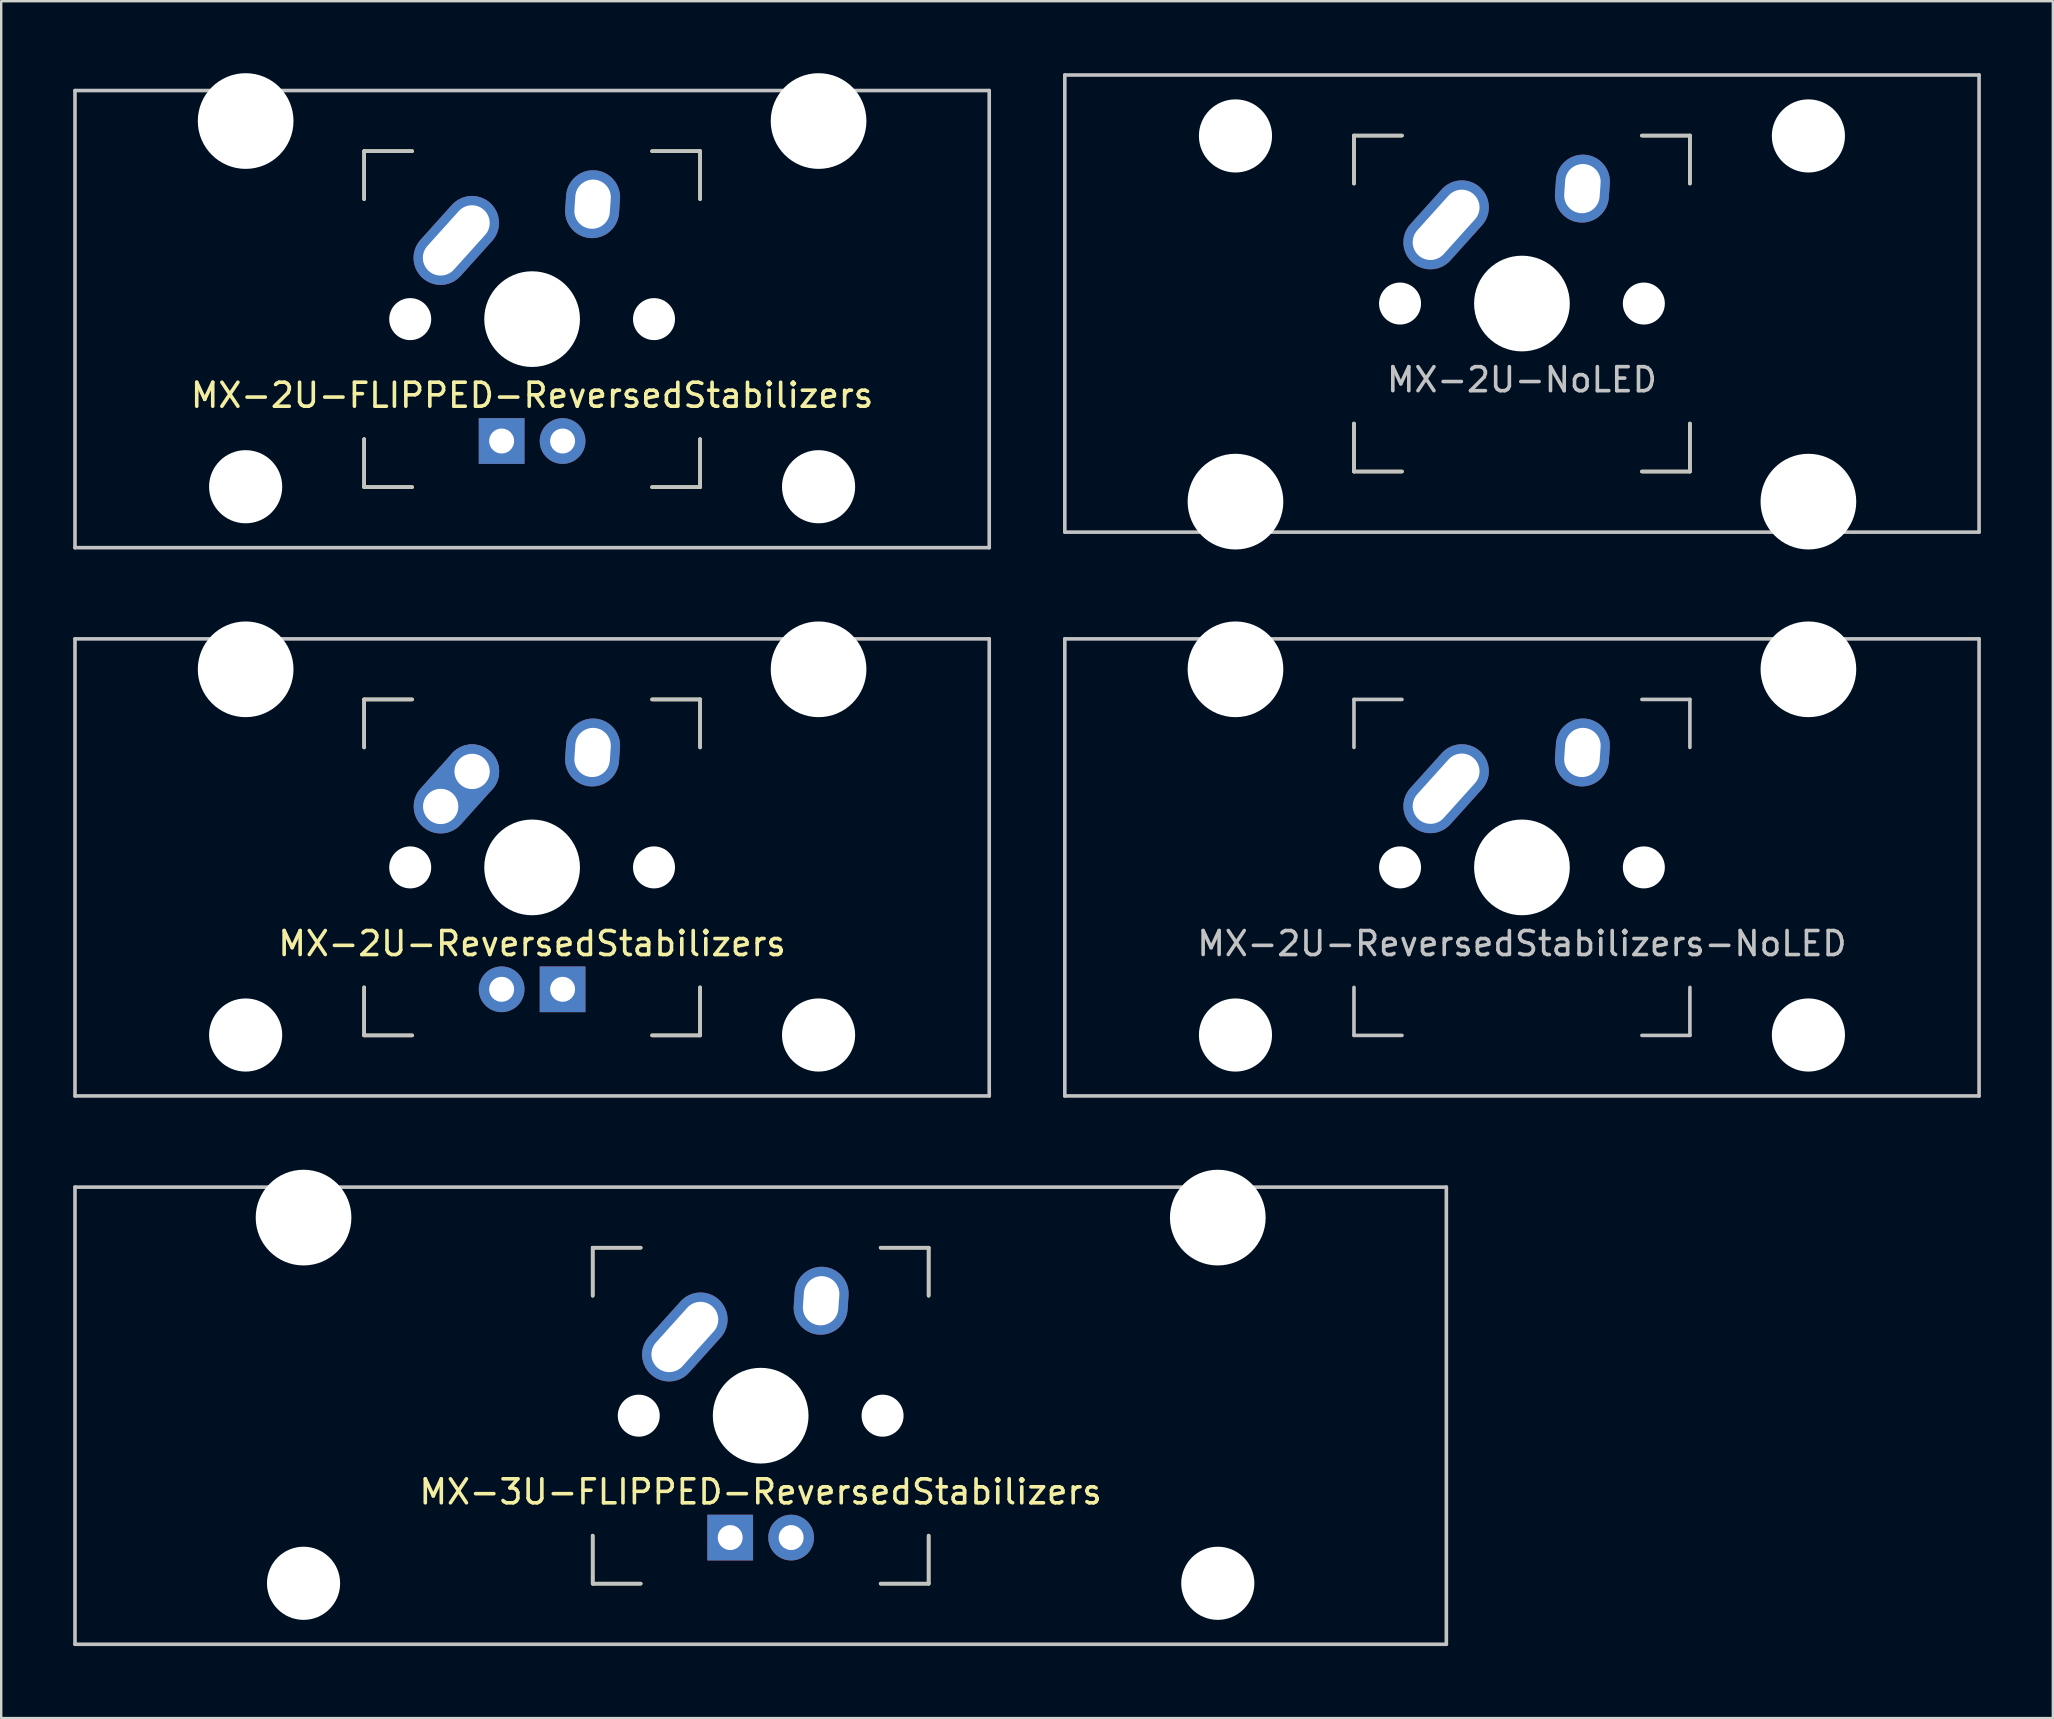
<source format=kicad_pcb>
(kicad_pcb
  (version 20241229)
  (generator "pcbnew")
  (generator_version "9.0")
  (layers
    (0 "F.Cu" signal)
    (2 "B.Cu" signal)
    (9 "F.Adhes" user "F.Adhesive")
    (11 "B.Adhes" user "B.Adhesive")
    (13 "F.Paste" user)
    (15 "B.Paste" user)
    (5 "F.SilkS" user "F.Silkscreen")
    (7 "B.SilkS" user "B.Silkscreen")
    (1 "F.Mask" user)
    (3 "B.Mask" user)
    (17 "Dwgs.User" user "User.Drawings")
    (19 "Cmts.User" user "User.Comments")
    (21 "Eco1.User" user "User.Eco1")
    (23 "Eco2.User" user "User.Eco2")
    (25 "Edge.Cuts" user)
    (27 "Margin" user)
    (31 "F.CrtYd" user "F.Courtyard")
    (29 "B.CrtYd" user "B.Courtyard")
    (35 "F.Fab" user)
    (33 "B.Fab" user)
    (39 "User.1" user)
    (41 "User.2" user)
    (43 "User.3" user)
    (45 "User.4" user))
  (footprint "MX-2U-FLIPPED-ReversedStabilizers"
    (layer "F.Cu")
    (at 19.125 10.249)
    (property "Reference" "MX-2U-FLIPPED-ReversedStabilizers" (at 0 3.175 0) (layer "F.SilkS") (effects (font (size 1 1) (thickness 0.15))))
    (attr through_hole)
    (fp_line (start -7 -7) (end -7 -5) (stroke (width 0.15) (type solid)) (layer "F.SilkS"))
    (fp_line (start -7 5) (end -7 7) (stroke (width 0.15) (type solid)) (layer "F.SilkS"))
    (fp_line (start -7 7) (end -5 7) (stroke (width 0.15) (type solid)) (layer "F.SilkS"))
    (fp_line (start -5 -7) (end -7 -7) (stroke (width 0.15) (type solid)) (layer "F.SilkS"))
    (fp_line (start 5 -7) (end 7 -7) (stroke (width 0.15) (type solid)) (layer "F.SilkS"))
    (fp_line (start 5 7) (end 7 7) (stroke (width 0.15) (type solid)) (layer "F.SilkS"))
    (fp_line (start 7 -7) (end 7 -5) (stroke (width 0.15) (type solid)) (layer "F.SilkS"))
    (fp_line (start 7 7) (end 7 5) (stroke (width 0.15) (type solid)) (layer "F.SilkS"))
    (fp_line (start -19.05 -9.525) (end 19.05 -9.525) (stroke (width 0.15) (type solid)) (layer "Dwgs.User"))
    (fp_line (start -19.05 9.525) (end -19.05 -9.525) (stroke (width 0.15) (type solid)) (layer "Dwgs.User"))
    (fp_line (start -19.05 9.525) (end 19.05 9.525) (stroke (width 0.15) (type solid)) (layer "Dwgs.User"))
    (fp_line (start -7 -7) (end -7 -5) (stroke (width 0.15) (type solid)) (layer "Dwgs.User"))
    (fp_line (start -7 5) (end -7 7) (stroke (width 0.15) (type solid)) (layer "Dwgs.User"))
    (fp_line (start -7 7) (end -5 7) (stroke (width 0.15) (type solid)) (layer "Dwgs.User"))
    (fp_line (start -5 -7) (end -7 -7) (stroke (width 0.15) (type solid)) (layer "Dwgs.User"))
    (fp_line (start 5 -7) (end 7 -7) (stroke (width 0.15) (type solid)) (layer "Dwgs.User"))
    (fp_line (start 5 7) (end 7 7) (stroke (width 0.15) (type solid)) (layer "Dwgs.User"))
    (fp_line (start 7 -7) (end 7 -5) (stroke (width 0.15) (type solid)) (layer "Dwgs.User"))
    (fp_line (start 7 7) (end 7 5) (stroke (width 0.15) (type solid)) (layer "Dwgs.User"))
    (fp_line (start 19.05 -9.525) (end 19.05 9.525) (stroke (width 0.15) (type solid)) (layer "Dwgs.User"))
    (pad "" np_thru_hole circle (at -11.938 -8.255) (size 3.988 3.988) (drill 3.988) (layers "*.Cu" "*.Mask"))
    (pad "" np_thru_hole circle (at -11.938 6.985) (size 3.048 3.048) (drill 3.048) (layers "*.Cu" "*.Mask"))
    (pad "" np_thru_hole circle (at -5.08 0 48.1) (size 1.75 1.75) (drill 1.75) (layers "*.Cu" "*.Mask"))
    (pad "" np_thru_hole circle (at 0 0) (size 3.988 3.988) (drill 3.988) (layers "*.Cu" "*.Mask"))
    (pad "" np_thru_hole circle (at 5.08 0 48.1) (size 1.75 1.75) (drill 1.75) (layers "*.Cu" "*.Mask"))
    (pad "" np_thru_hole circle (at 11.938 -8.255) (size 3.988 3.988) (drill 3.988) (layers "*.Cu" "*.Mask"))
    (pad "" np_thru_hole circle (at 11.938 6.985) (size 3.048 3.048) (drill 3.048) (layers "*.Cu" "*.Mask"))
    (pad "1" thru_hole oval (at -3.16 -3.28 48) (size 4.21 2.25) (drill oval 3.43 1.48) (layers "*.Cu" "*.Mask"))
    (pad "2" thru_hole oval (at 2.52 -4.79 86) (size 2.831 2.25) (drill oval 2.051 1.48) (layers "*.Cu" "*.Mask"))
    (pad "3" thru_hole circle (at 1.27 5.08) (size 1.905 1.905) (drill 1.04) (layers "*.Cu" "*.Mask"))
    (pad "4" thru_hole rect (at -1.27 5.08) (size 1.905 1.905) (drill 1.04) (layers "*.Cu" "*.Mask")))
  (footprint "MX-3U-FLIPPED-ReversedStabilizers"
    (layer "F.Cu")
    (at 28.65 55.947)
    (property "Reference" "MX-3U-FLIPPED-ReversedStabilizers" (at 0 3.175 0) (layer "F.SilkS") (effects (font (size 1 1) (thickness 0.15))))
    (attr through_hole)
    (fp_line (start -7 -7) (end -7 -5) (stroke (width 0.15) (type solid)) (layer "F.SilkS"))
    (fp_line (start -7 5) (end -7 7) (stroke (width 0.15) (type solid)) (layer "F.SilkS"))
    (fp_line (start -7 7) (end -5 7) (stroke (width 0.15) (type solid)) (layer "F.SilkS"))
    (fp_line (start -5 -7) (end -7 -7) (stroke (width 0.15) (type solid)) (layer "F.SilkS"))
    (fp_line (start 5 -7) (end 7 -7) (stroke (width 0.15) (type solid)) (layer "F.SilkS"))
    (fp_line (start 5 7) (end 7 7) (stroke (width 0.15) (type solid)) (layer "F.SilkS"))
    (fp_line (start 7 -7) (end 7 -5) (stroke (width 0.15) (type solid)) (layer "F.SilkS"))
    (fp_line (start 7 7) (end 7 5) (stroke (width 0.15) (type solid)) (layer "F.SilkS"))
    (fp_line (start -28.575 -9.525) (end 28.575 -9.525) (stroke (width 0.15) (type solid)) (layer "Dwgs.User"))
    (fp_line (start -28.575 9.525) (end -28.575 -9.525) (stroke (width 0.15) (type solid)) (layer "Dwgs.User"))
    (fp_line (start -28.575 9.525) (end 28.575 9.525) (stroke (width 0.15) (type solid)) (layer "Dwgs.User"))
    (fp_line (start -7 -7) (end -7 -5) (stroke (width 0.15) (type solid)) (layer "Dwgs.User"))
    (fp_line (start -7 5) (end -7 7) (stroke (width 0.15) (type solid)) (layer "Dwgs.User"))
    (fp_line (start -7 7) (end -5 7) (stroke (width 0.15) (type solid)) (layer "Dwgs.User"))
    (fp_line (start -5 -7) (end -7 -7) (stroke (width 0.15) (type solid)) (layer "Dwgs.User"))
    (fp_line (start 5 -7) (end 7 -7) (stroke (width 0.15) (type solid)) (layer "Dwgs.User"))
    (fp_line (start 5 7) (end 7 7) (stroke (width 0.15) (type solid)) (layer "Dwgs.User"))
    (fp_line (start 7 -7) (end 7 -5) (stroke (width 0.15) (type solid)) (layer "Dwgs.User"))
    (fp_line (start 7 7) (end 7 5) (stroke (width 0.15) (type solid)) (layer "Dwgs.User"))
    (fp_line (start 28.575 -9.525) (end 28.575 9.525) (stroke (width 0.15) (type solid)) (layer "Dwgs.User"))
    (pad "" np_thru_hole circle (at -19.05 -8.255) (size 3.988 3.988) (drill 3.988) (layers "*.Cu" "*.Mask"))
    (pad "" np_thru_hole circle (at -19.05 6.985) (size 3.048 3.048) (drill 3.048) (layers "*.Cu" "*.Mask"))
    (pad "" np_thru_hole circle (at -5.08 0 48.1) (size 1.75 1.75) (drill 1.75) (layers "*.Cu" "*.Mask"))
    (pad "" np_thru_hole circle (at 0 0) (size 3.988 3.988) (drill 3.988) (layers "*.Cu" "*.Mask"))
    (pad "" np_thru_hole circle (at 5.08 0 48.1) (size 1.75 1.75) (drill 1.75) (layers "*.Cu" "*.Mask"))
    (pad "" np_thru_hole circle (at 19.05 -8.255) (size 3.988 3.988) (drill 3.988) (layers "*.Cu" "*.Mask"))
    (pad "" np_thru_hole circle (at 19.05 6.985) (size 3.048 3.048) (drill 3.048) (layers "*.Cu" "*.Mask"))
    (pad "1" thru_hole oval (at -3.16 -3.28 48) (size 4.21 2.25) (drill oval 3.43 1.48) (layers "*.Cu" "*.Mask"))
    (pad "2" thru_hole oval (at 2.52 -4.79 86) (size 2.831 2.25) (drill oval 2.051 1.48) (layers "*.Cu" "*.Mask"))
    (pad "3" thru_hole circle (at 1.27 5.08) (size 1.905 1.905) (drill 1.04) (layers "*.Cu" "*.Mask"))
    (pad "4" thru_hole rect (at -1.27 5.08) (size 1.905 1.905) (drill 1.04) (layers "*.Cu" "*.Mask")))
  (footprint "MX-2U-NoLED"
    (layer "F.Cu")
    (at 60.375 9.6)
    (property "Reference" "MX-2U-NoLED" (at 0 3.175 0) (layer "Dwgs.User") (effects (font (size 1 1) (thickness 0.15))))
    (attr through_hole)
    (fp_line (start -7 -7) (end -7 -5) (stroke (width 0.15) (type solid)) (layer "F.SilkS"))
    (fp_line (start -7 5) (end -7 7) (stroke (width 0.15) (type solid)) (layer "F.SilkS"))
    (fp_line (start -7 7) (end -5 7) (stroke (width 0.15) (type solid)) (layer "F.SilkS"))
    (fp_line (start -5 -7) (end -7 -7) (stroke (width 0.15) (type solid)) (layer "F.SilkS"))
    (fp_line (start 5 -7) (end 7 -7) (stroke (width 0.15) (type solid)) (layer "F.SilkS"))
    (fp_line (start 5 7) (end 7 7) (stroke (width 0.15) (type solid)) (layer "F.SilkS"))
    (fp_line (start 7 -7) (end 7 -5) (stroke (width 0.15) (type solid)) (layer "F.SilkS"))
    (fp_line (start 7 7) (end 7 5) (stroke (width 0.15) (type solid)) (layer "F.SilkS"))
    (fp_line (start -19.05 -9.525) (end 19.05 -9.525) (stroke (width 0.15) (type solid)) (layer "Dwgs.User"))
    (fp_line (start -19.05 9.525) (end -19.05 -9.525) (stroke (width 0.15) (type solid)) (layer "Dwgs.User"))
    (fp_line (start -19.05 9.525) (end 19.05 9.525) (stroke (width 0.15) (type solid)) (layer "Dwgs.User"))
    (fp_line (start -7 -7) (end -7 -5) (stroke (width 0.15) (type solid)) (layer "Dwgs.User"))
    (fp_line (start -7 5) (end -7 7) (stroke (width 0.15) (type solid)) (layer "Dwgs.User"))
    (fp_line (start -7 7) (end -5 7) (stroke (width 0.15) (type solid)) (layer "Dwgs.User"))
    (fp_line (start -5 -7) (end -7 -7) (stroke (width 0.15) (type solid)) (layer "Dwgs.User"))
    (fp_line (start 5 -7) (end 7 -7) (stroke (width 0.15) (type solid)) (layer "Dwgs.User"))
    (fp_line (start 5 7) (end 7 7) (stroke (width 0.15) (type solid)) (layer "Dwgs.User"))
    (fp_line (start 7 -7) (end 7 -5) (stroke (width 0.15) (type solid)) (layer "Dwgs.User"))
    (fp_line (start 7 7) (end 7 5) (stroke (width 0.15) (type solid)) (layer "Dwgs.User"))
    (fp_line (start 19.05 -9.525) (end 19.05 9.525) (stroke (width 0.15) (type solid)) (layer "Dwgs.User"))
    (pad "" np_thru_hole circle (at -11.938 -6.985) (size 3.048 3.048) (drill 3.048) (layers "*.Cu" "*.Mask"))
    (pad "" np_thru_hole circle (at -11.938 8.255) (size 3.988 3.988) (drill 3.988) (layers "*.Cu" "*.Mask"))
    (pad "" np_thru_hole circle (at -5.08 0 48.1) (size 1.75 1.75) (drill 1.75) (layers "*.Cu" "*.Mask"))
    (pad "" np_thru_hole circle (at 0 0) (size 3.988 3.988) (drill 3.988) (layers "*.Cu" "*.Mask"))
    (pad "" np_thru_hole circle (at 5.08 0 48.1) (size 1.75 1.75) (drill 1.75) (layers "*.Cu" "*.Mask"))
    (pad "" np_thru_hole circle (at 11.938 -6.985) (size 3.048 3.048) (drill 3.048) (layers "*.Cu" "*.Mask"))
    (pad "" np_thru_hole circle (at 11.938 8.255) (size 3.988 3.988) (drill 3.988) (layers "*.Cu" "*.Mask"))
    (pad "1" thru_hole oval (at -3.16 -3.28 48) (size 4.21 2.25) (drill oval 3.43 1.48) (layers "*.Cu" "B.Mask"))
    (pad "2" thru_hole oval (at 2.52 -4.79 86) (size 2.831 2.25) (drill oval 2.051 1.48) (layers "*.Cu" "B.Mask")))
  (footprint "MX-2U-ReversedStabilizers-NoLED"
    (layer "F.Cu")
    (at 60.375 33.098)
    (property "Reference" "MX-2U-ReversedStabilizers-NoLED" (at 0 3.175 0) (layer "Dwgs.User") (effects (font (size 1 1) (thickness 0.15))))
    (attr through_hole)
    (fp_line (start -19.05 -9.525) (end 19.05 -9.525) (stroke (width 0.15) (type solid)) (layer "Dwgs.User"))
    (fp_line (start -19.05 9.525) (end -19.05 -9.525) (stroke (width 0.15) (type solid)) (layer "Dwgs.User"))
    (fp_line (start -19.05 9.525) (end 19.05 9.525) (stroke (width 0.15) (type solid)) (layer "Dwgs.User"))
    (fp_line (start -7 -7) (end -7 -5) (stroke (width 0.15) (type solid)) (layer "Dwgs.User"))
    (fp_line (start -7 5) (end -7 7) (stroke (width 0.15) (type solid)) (layer "Dwgs.User"))
    (fp_line (start -7 7) (end -5 7) (stroke (width 0.15) (type solid)) (layer "Dwgs.User"))
    (fp_line (start -5 -7) (end -7 -7) (stroke (width 0.15) (type solid)) (layer "Dwgs.User"))
    (fp_line (start 5 -7) (end 7 -7) (stroke (width 0.15) (type solid)) (layer "Dwgs.User"))
    (fp_line (start 5 7) (end 7 7) (stroke (width 0.15) (type solid)) (layer "Dwgs.User"))
    (fp_line (start 7 -7) (end 7 -5) (stroke (width 0.15) (type solid)) (layer "Dwgs.User"))
    (fp_line (start 7 7) (end 7 5) (stroke (width 0.15) (type solid)) (layer "Dwgs.User"))
    (fp_line (start 19.05 -9.525) (end 19.05 9.525) (stroke (width 0.15) (type solid)) (layer "Dwgs.User"))
    (pad "" np_thru_hole circle (at -11.938 -8.255) (size 3.988 3.988) (drill 3.988) (layers "*.Cu" "*.Mask"))
    (pad "" np_thru_hole circle (at -11.938 6.985) (size 3.048 3.048) (drill 3.048) (layers "*.Cu" "*.Mask"))
    (pad "" np_thru_hole circle (at -5.08 0 48.1) (size 1.75 1.75) (drill 1.75) (layers "*.Cu" "*.Mask"))
    (pad "" np_thru_hole circle (at 0 0) (size 3.988 3.988) (drill 3.988) (layers "*.Cu" "*.Mask"))
    (pad "" np_thru_hole circle (at 5.08 0 48.1) (size 1.75 1.75) (drill 1.75) (layers "*.Cu" "*.Mask"))
    (pad "" np_thru_hole circle (at 11.938 -8.255) (size 3.988 3.988) (drill 3.988) (layers "*.Cu" "*.Mask"))
    (pad "" np_thru_hole circle (at 11.938 6.985) (size 3.048 3.048) (drill 3.048) (layers "*.Cu" "*.Mask"))
    (pad "1" thru_hole oval (at -3.16 -3.28 48) (size 4.21 2.25) (drill oval 3.43 1.48) (layers "*.Cu" "B.Mask"))
    (pad "2" thru_hole oval (at 2.52 -4.79 86) (size 2.831 2.25) (drill oval 2.051 1.48) (layers "*.Cu" "B.Mask")))
  (footprint "MX-2U-ReversedStabilizers"
    (layer "F.Cu")
    (at 19.125 33.098)
    (property "Reference" "MX-2U-ReversedStabilizers" (at 0 3.175 0) (layer "F.SilkS") (effects (font (size 1 1) (thickness 0.15))))
    (attr through_hole)
    (fp_line (start -7 -7) (end -7 -5) (stroke (width 0.15) (type solid)) (layer "F.SilkS"))
    (fp_line (start -7 5) (end -7 7) (stroke (width 0.15) (type solid)) (layer "F.SilkS"))
    (fp_line (start -7 7) (end -5 7) (stroke (width 0.15) (type solid)) (layer "F.SilkS"))
    (fp_line (start -5 -7) (end -7 -7) (stroke (width 0.15) (type solid)) (layer "F.SilkS"))
    (fp_line (start 5 -7) (end 7 -7) (stroke (width 0.15) (type solid)) (layer "F.SilkS"))
    (fp_line (start 5 7) (end 7 7) (stroke (width 0.15) (type solid)) (layer "F.SilkS"))
    (fp_line (start 7 -7) (end 7 -5) (stroke (width 0.15) (type solid)) (layer "F.SilkS"))
    (fp_line (start 7 7) (end 7 5) (stroke (width 0.15) (type solid)) (layer "F.SilkS"))
    (fp_line (start -19.05 -9.525) (end 19.05 -9.525) (stroke (width 0.15) (type solid)) (layer "Dwgs.User"))
    (fp_line (start -19.05 9.525) (end -19.05 -9.525) (stroke (width 0.15) (type solid)) (layer "Dwgs.User"))
    (fp_line (start -19.05 9.525) (end 19.05 9.525) (stroke (width 0.15) (type solid)) (layer "Dwgs.User"))
    (fp_line (start -7 -7) (end -7 -5) (stroke (width 0.15) (type solid)) (layer "Dwgs.User"))
    (fp_line (start -7 5) (end -7 7) (stroke (width 0.15) (type solid)) (layer "Dwgs.User"))
    (fp_line (start -7 7) (end -5 7) (stroke (width 0.15) (type solid)) (layer "Dwgs.User"))
    (fp_line (start -5 -7) (end -7 -7) (stroke (width 0.15) (type solid)) (layer "Dwgs.User"))
    (fp_line (start 5 -7) (end 7 -7) (stroke (width 0.15) (type solid)) (layer "Dwgs.User"))
    (fp_line (start 5 7) (end 7 7) (stroke (width 0.15) (type solid)) (layer "Dwgs.User"))
    (fp_line (start 7 -7) (end 7 -5) (stroke (width 0.15) (type solid)) (layer "Dwgs.User"))
    (fp_line (start 7 7) (end 7 5) (stroke (width 0.15) (type solid)) (layer "Dwgs.User"))
    (fp_line (start 19.05 -9.525) (end 19.05 9.525) (stroke (width 0.15) (type solid)) (layer "Dwgs.User"))
    (pad "" np_thru_hole circle (at -11.938 -8.255) (size 3.988 3.988) (drill 3.988) (layers "*.Cu" "*.Mask"))
    (pad "" np_thru_hole circle (at -11.938 6.985) (size 3.048 3.048) (drill 3.048) (layers "*.Cu" "*.Mask"))
    (pad "" np_thru_hole circle (at -5.08 0 48.1) (size 1.75 1.75) (drill 1.75) (layers "*.Cu" "*.Mask"))
    (pad "" np_thru_hole circle (at 0 0) (size 3.988 3.988) (drill 3.988) (layers "*.Cu" "*.Mask"))
    (pad "" np_thru_hole circle (at 5.08 0 48.1) (size 1.75 1.75) (drill 1.75) (layers "*.Cu" "*.Mask"))
    (pad "" np_thru_hole circle (at 11.938 -8.255) (size 3.988 3.988) (drill 3.988) (layers "*.Cu" "*.Mask"))
    (pad "" np_thru_hole circle (at 11.938 6.985) (size 3.048 3.048) (drill 3.048) (layers "*.Cu" "*.Mask"))
    (pad "1" thru_hole oval (at -3.81 -2.54 48.1) (size 4.212 2.25) (drill 1.47 (offset 0.981 0)) (layers "*.Cu" "*.Mask"))
    (pad "1" thru_hole circle (at -2.5 -4) (size 2.25 2.25) (drill 1.47) (layers "*.Cu" "*.Mask"))
    (pad "2" thru_hole oval (at 2.52 -4.79 86) (size 2.831 2.25) (drill oval 2.051 1.48) (layers "*.Cu" "*.Mask"))
    (pad "3" thru_hole circle (at -1.27 5.08) (size 1.905 1.905) (drill 1.04) (layers "*.Cu" "*.Mask"))
    (pad "4" thru_hole rect (at 1.27 5.08) (size 1.905 1.905) (drill 1.04) (layers "*.Cu" "*.Mask")))
  (gr_rect
    (start -3 -3)
    (end 82.5 68.547)
    (stroke (width 0.1) (type default))
    (fill no)
    (layer "Edge.Cuts")))
</source>
